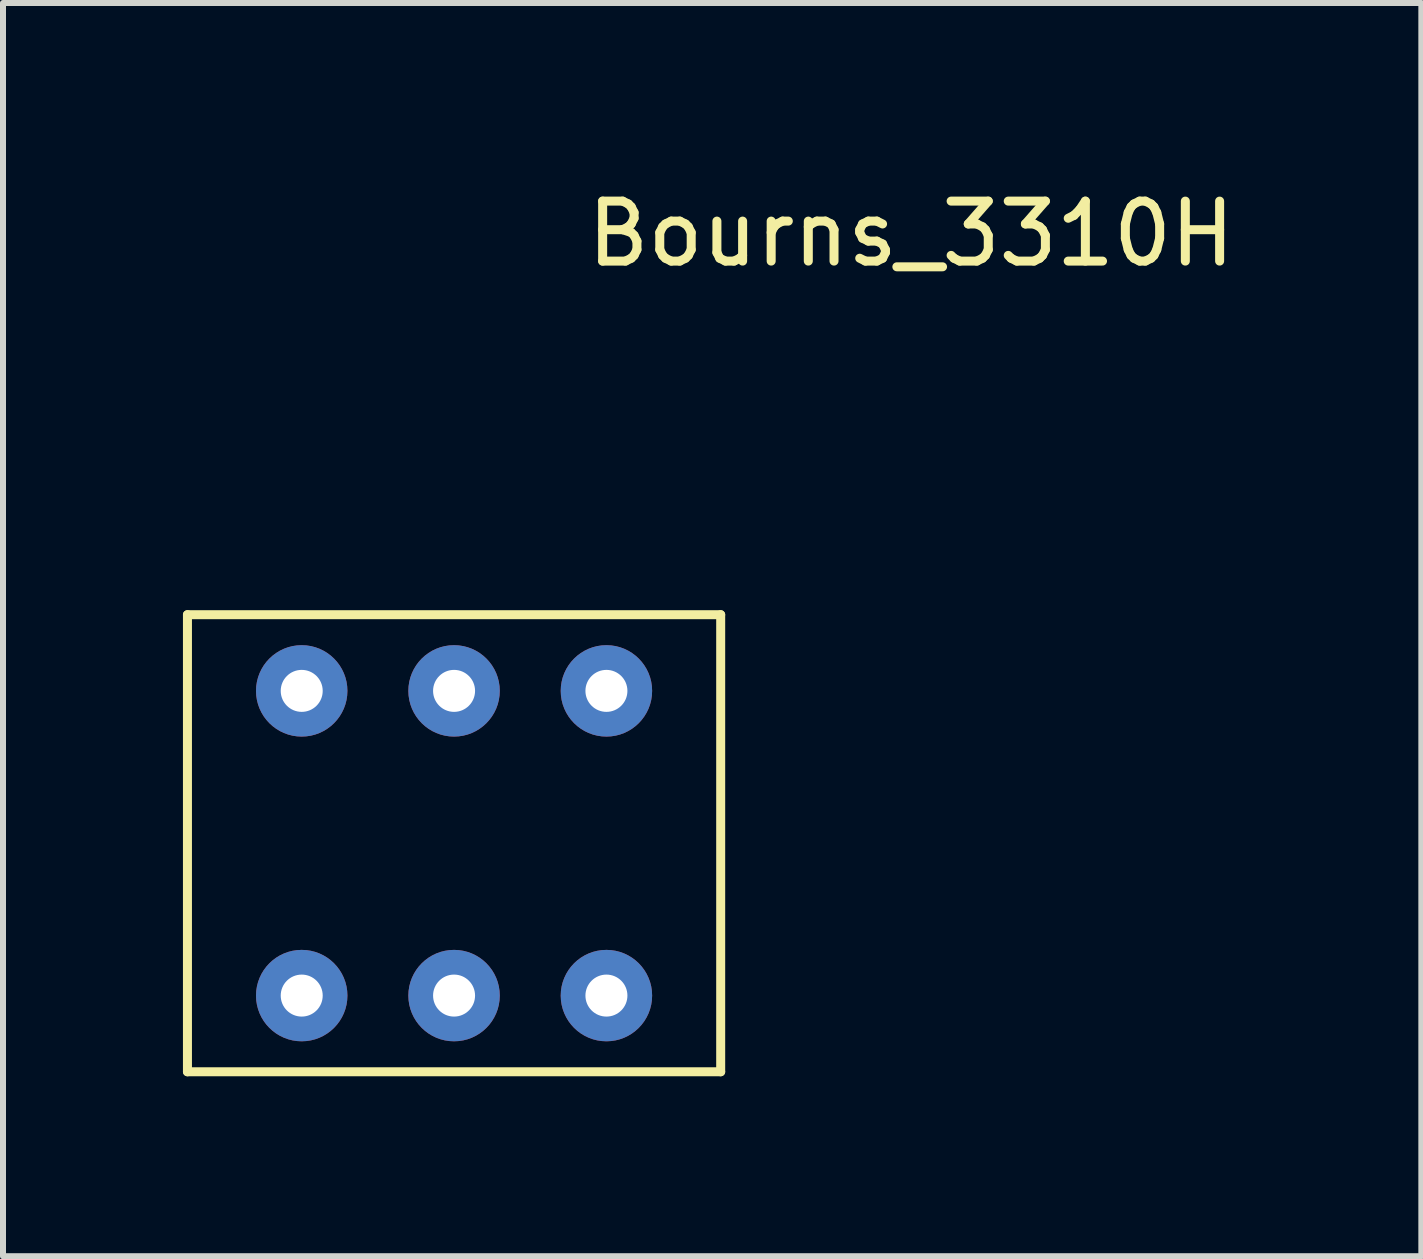
<source format=kicad_pcb>
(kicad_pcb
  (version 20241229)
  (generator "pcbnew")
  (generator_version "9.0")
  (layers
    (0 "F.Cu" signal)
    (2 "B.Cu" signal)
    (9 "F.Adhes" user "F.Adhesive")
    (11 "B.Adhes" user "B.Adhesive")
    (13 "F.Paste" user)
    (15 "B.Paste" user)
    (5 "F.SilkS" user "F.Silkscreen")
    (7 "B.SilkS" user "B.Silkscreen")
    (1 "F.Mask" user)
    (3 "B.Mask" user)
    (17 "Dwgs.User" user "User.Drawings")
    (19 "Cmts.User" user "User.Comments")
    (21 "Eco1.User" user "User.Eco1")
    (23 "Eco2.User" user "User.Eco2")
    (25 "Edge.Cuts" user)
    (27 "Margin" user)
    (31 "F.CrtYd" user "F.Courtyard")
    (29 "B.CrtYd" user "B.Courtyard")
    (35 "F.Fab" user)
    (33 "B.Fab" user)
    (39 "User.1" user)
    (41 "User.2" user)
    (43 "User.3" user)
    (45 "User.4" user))
  (footprint "Bourns_3310H"
    (layer "F.Cu")
    (at 4.52 11.008)
    (property "Reference" "Bourns_3310H" (at 7.62 -10.16 0) (layer "F.SilkS") (effects (font (size 1 1) (thickness 0.15))))
    (attr through_hole)
    (fp_line (start -4.445 -3.81) (end 4.445 -3.81) (stroke (width 0.15) (type solid)) (layer "F.SilkS"))
    (fp_line (start -4.445 3.81) (end -4.445 -3.81) (stroke (width 0.15) (type solid)) (layer "F.SilkS"))
    (fp_line (start 4.445 -3.81) (end 4.445 3.81) (stroke (width 0.15) (type solid)) (layer "F.SilkS"))
    (fp_line (start 4.445 3.81) (end -4.445 3.81) (stroke (width 0.15) (type solid)) (layer "F.SilkS"))
    (pad "1" thru_hole circle (at -2.54 -2.54) (size 1.524 1.524) (drill 0.7) (layers "*.Cu" "*.Mask"))
    (pad "2" thru_hole circle (at 0 -2.54) (size 1.524 1.524) (drill 0.7) (layers "*.Cu" "*.Mask"))
    (pad "3" thru_hole circle (at 2.54 -2.54) (size 1.524 1.524) (drill 0.7) (layers "*.Cu" "*.Mask"))
    (pad "4" thru_hole circle (at -2.54 2.54) (size 1.524 1.524) (drill 0.7) (layers "*.Cu" "*.Mask"))
    (pad "5" thru_hole circle (at 0 2.54) (size 1.524 1.524) (drill 0.7) (layers "*.Cu" "*.Mask"))
    (pad "6" thru_hole circle (at 2.54 2.54) (size 1.524 1.524) (drill 0.7) (layers "*.Cu" "*.Mask")))
  (gr_rect
    (start -3 -3)
    (end 20.646 17.893)
    (stroke (width 0.1) (type default))
    (fill no)
    (layer "Edge.Cuts")))
</source>
